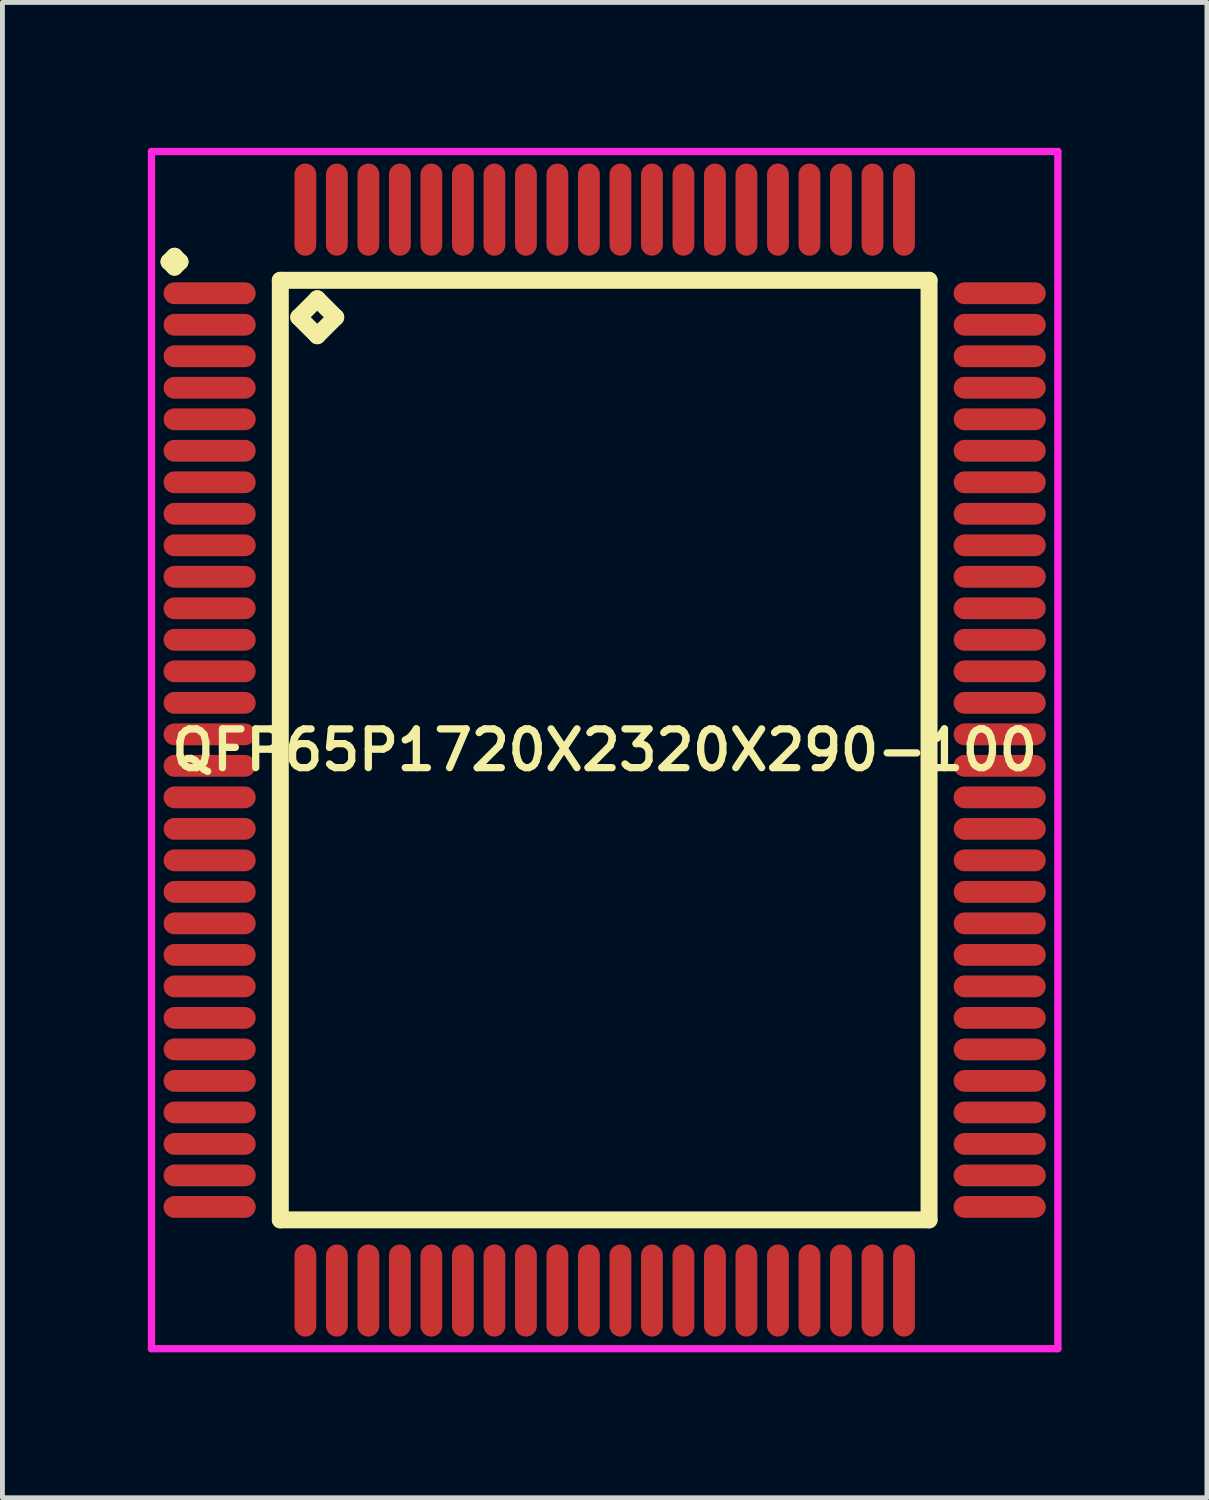
<source format=kicad_pcb>
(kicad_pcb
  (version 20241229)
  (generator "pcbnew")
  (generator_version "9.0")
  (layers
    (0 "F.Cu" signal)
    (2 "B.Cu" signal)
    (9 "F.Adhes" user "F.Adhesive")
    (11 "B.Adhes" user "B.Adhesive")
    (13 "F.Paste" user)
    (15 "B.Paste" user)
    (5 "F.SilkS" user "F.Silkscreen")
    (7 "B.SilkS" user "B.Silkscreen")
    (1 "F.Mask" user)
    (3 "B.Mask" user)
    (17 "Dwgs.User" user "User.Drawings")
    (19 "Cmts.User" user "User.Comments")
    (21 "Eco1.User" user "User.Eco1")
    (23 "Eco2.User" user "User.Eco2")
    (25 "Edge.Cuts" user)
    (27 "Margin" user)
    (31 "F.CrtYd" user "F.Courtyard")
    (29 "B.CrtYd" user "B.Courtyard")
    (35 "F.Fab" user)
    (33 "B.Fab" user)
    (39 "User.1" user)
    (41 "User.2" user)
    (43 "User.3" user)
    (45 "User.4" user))
  (footprint "QFP65P1720X2320X290-100"
    (layer "F.Cu")
    (at 9.425 12.425)
    (property "Reference" "QFP65P1720X2320X290-100" (at 0 0 0) (layer "F.SilkS") (effects (font (size 0.8 0.8) (thickness 0.15))))
    (attr through_hole)
    (fp_line (start -8.988 -10.075) (end -8.875 -10.188) (stroke (width 0.35) (type solid)) (layer "F.SilkS"))
    (fp_line (start -8.875 -10.188) (end -8.762 -10.075) (stroke (width 0.35) (type solid)) (layer "F.SilkS"))
    (fp_line (start -8.875 -9.963) (end -8.988 -10.075) (stroke (width 0.35) (type solid)) (layer "F.SilkS"))
    (fp_line (start -8.762 -10.075) (end -8.875 -9.963) (stroke (width 0.35) (type solid)) (layer "F.SilkS"))
    (fp_line (start -6.692 -9.692) (end -6.692 9.692) (stroke (width 0.35) (type solid)) (layer "F.SilkS"))
    (fp_line (start -6.692 9.692) (end 6.692 9.692) (stroke (width 0.35) (type solid)) (layer "F.SilkS"))
    (fp_line (start -6.311 -8.93) (end -5.93 -9.311) (stroke (width 0.35) (type solid)) (layer "F.SilkS"))
    (fp_line (start -5.93 -9.311) (end -5.549 -8.93) (stroke (width 0.35) (type solid)) (layer "F.SilkS"))
    (fp_line (start -5.93 -8.549) (end -6.311 -8.93) (stroke (width 0.35) (type solid)) (layer "F.SilkS"))
    (fp_line (start -5.549 -8.93) (end -5.93 -8.549) (stroke (width 0.35) (type solid)) (layer "F.SilkS"))
    (fp_line (start 6.692 -9.692) (end -6.692 -9.692) (stroke (width 0.35) (type solid)) (layer "F.SilkS"))
    (fp_line (start 6.692 9.692) (end 6.692 -9.692) (stroke (width 0.35) (type solid)) (layer "F.SilkS"))
    (fp_line (start -9.35 -12.35) (end 9.35 -12.35) (stroke (width 0.15) (type solid)) (layer "F.CrtYd"))
    (fp_line (start -9.35 12.35) (end -9.35 -12.35) (stroke (width 0.15) (type solid)) (layer "F.CrtYd"))
    (fp_line (start 9.35 -12.35) (end 9.35 12.35) (stroke (width 0.15) (type solid)) (layer "F.CrtYd"))
    (fp_line (start 9.35 12.35) (end -9.35 12.35) (stroke (width 0.15) (type solid)) (layer "F.CrtYd"))
    (pad "1" smd oval (at -8.15 -9.425) (size 1.9 0.45) (layers "F.Cu" "F.Mask" "F.Paste"))
    (pad "2" smd oval (at -8.15 -8.775) (size 1.9 0.45) (layers "F.Cu" "F.Mask" "F.Paste"))
    (pad "3" smd oval (at -8.15 -8.125) (size 1.9 0.45) (layers "F.Cu" "F.Mask" "F.Paste"))
    (pad "4" smd oval (at -8.15 -7.475) (size 1.9 0.45) (layers "F.Cu" "F.Mask" "F.Paste"))
    (pad "5" smd oval (at -8.15 -6.825) (size 1.9 0.45) (layers "F.Cu" "F.Mask" "F.Paste"))
    (pad "6" smd oval (at -8.15 -6.175) (size 1.9 0.45) (layers "F.Cu" "F.Mask" "F.Paste"))
    (pad "7" smd oval (at -8.15 -5.525) (size 1.9 0.45) (layers "F.Cu" "F.Mask" "F.Paste"))
    (pad "8" smd oval (at -8.15 -4.875) (size 1.9 0.45) (layers "F.Cu" "F.Mask" "F.Paste"))
    (pad "9" smd oval (at -8.15 -4.225) (size 1.9 0.45) (layers "F.Cu" "F.Mask" "F.Paste"))
    (pad "10" smd oval (at -8.15 -3.575) (size 1.9 0.45) (layers "F.Cu" "F.Mask" "F.Paste"))
    (pad "11" smd oval (at -8.15 -2.925) (size 1.9 0.45) (layers "F.Cu" "F.Mask" "F.Paste"))
    (pad "12" smd oval (at -8.15 -2.275) (size 1.9 0.45) (layers "F.Cu" "F.Mask" "F.Paste"))
    (pad "13" smd oval (at -8.15 -1.625) (size 1.9 0.45) (layers "F.Cu" "F.Mask" "F.Paste"))
    (pad "14" smd oval (at -8.15 -0.975) (size 1.9 0.45) (layers "F.Cu" "F.Mask" "F.Paste"))
    (pad "15" smd oval (at -8.15 -0.325) (size 1.9 0.45) (layers "F.Cu" "F.Mask" "F.Paste"))
    (pad "16" smd oval (at -8.15 0.325) (size 1.9 0.45) (layers "F.Cu" "F.Mask" "F.Paste"))
    (pad "17" smd oval (at -8.15 0.975) (size 1.9 0.45) (layers "F.Cu" "F.Mask" "F.Paste"))
    (pad "18" smd oval (at -8.15 1.625) (size 1.9 0.45) (layers "F.Cu" "F.Mask" "F.Paste"))
    (pad "19" smd oval (at -8.15 2.275) (size 1.9 0.45) (layers "F.Cu" "F.Mask" "F.Paste"))
    (pad "20" smd oval (at -8.15 2.925) (size 1.9 0.45) (layers "F.Cu" "F.Mask" "F.Paste"))
    (pad "21" smd oval (at -8.15 3.575) (size 1.9 0.45) (layers "F.Cu" "F.Mask" "F.Paste"))
    (pad "22" smd oval (at -8.15 4.225) (size 1.9 0.45) (layers "F.Cu" "F.Mask" "F.Paste"))
    (pad "23" smd oval (at -8.15 4.875) (size 1.9 0.45) (layers "F.Cu" "F.Mask" "F.Paste"))
    (pad "24" smd oval (at -8.15 5.525) (size 1.9 0.45) (layers "F.Cu" "F.Mask" "F.Paste"))
    (pad "25" smd oval (at -8.15 6.175) (size 1.9 0.45) (layers "F.Cu" "F.Mask" "F.Paste"))
    (pad "26" smd oval (at -8.15 6.825) (size 1.9 0.45) (layers "F.Cu" "F.Mask" "F.Paste"))
    (pad "27" smd oval (at -8.15 7.475) (size 1.9 0.45) (layers "F.Cu" "F.Mask" "F.Paste"))
    (pad "28" smd oval (at -8.15 8.125) (size 1.9 0.45) (layers "F.Cu" "F.Mask" "F.Paste"))
    (pad "29" smd oval (at -8.15 8.775) (size 1.9 0.45) (layers "F.Cu" "F.Mask" "F.Paste"))
    (pad "30" smd oval (at -8.15 9.425) (size 1.9 0.45) (layers "F.Cu" "F.Mask" "F.Paste"))
    (pad "31" smd oval (at -6.175 11.15) (size 0.45 1.9) (layers "F.Cu" "F.Mask" "F.Paste"))
    (pad "32" smd oval (at -5.525 11.15) (size 0.45 1.9) (layers "F.Cu" "F.Mask" "F.Paste"))
    (pad "33" smd oval (at -4.875 11.15) (size 0.45 1.9) (layers "F.Cu" "F.Mask" "F.Paste"))
    (pad "34" smd oval (at -4.225 11.15) (size 0.45 1.9) (layers "F.Cu" "F.Mask" "F.Paste"))
    (pad "35" smd oval (at -3.575 11.15) (size 0.45 1.9) (layers "F.Cu" "F.Mask" "F.Paste"))
    (pad "36" smd oval (at -2.925 11.15) (size 0.45 1.9) (layers "F.Cu" "F.Mask" "F.Paste"))
    (pad "37" smd oval (at -2.275 11.15) (size 0.45 1.9) (layers "F.Cu" "F.Mask" "F.Paste"))
    (pad "38" smd oval (at -1.625 11.15) (size 0.45 1.9) (layers "F.Cu" "F.Mask" "F.Paste"))
    (pad "39" smd oval (at -0.975 11.15) (size 0.45 1.9) (layers "F.Cu" "F.Mask" "F.Paste"))
    (pad "40" smd oval (at -0.325 11.15) (size 0.45 1.9) (layers "F.Cu" "F.Mask" "F.Paste"))
    (pad "41" smd oval (at 0.325 11.15) (size 0.45 1.9) (layers "F.Cu" "F.Mask" "F.Paste"))
    (pad "42" smd oval (at 0.975 11.15) (size 0.45 1.9) (layers "F.Cu" "F.Mask" "F.Paste"))
    (pad "43" smd oval (at 1.625 11.15) (size 0.45 1.9) (layers "F.Cu" "F.Mask" "F.Paste"))
    (pad "44" smd oval (at 2.275 11.15) (size 0.45 1.9) (layers "F.Cu" "F.Mask" "F.Paste"))
    (pad "45" smd oval (at 2.925 11.15) (size 0.45 1.9) (layers "F.Cu" "F.Mask" "F.Paste"))
    (pad "46" smd oval (at 3.575 11.15) (size 0.45 1.9) (layers "F.Cu" "F.Mask" "F.Paste"))
    (pad "47" smd oval (at 4.225 11.15) (size 0.45 1.9) (layers "F.Cu" "F.Mask" "F.Paste"))
    (pad "48" smd oval (at 4.875 11.15) (size 0.45 1.9) (layers "F.Cu" "F.Mask" "F.Paste"))
    (pad "49" smd oval (at 5.525 11.15) (size 0.45 1.9) (layers "F.Cu" "F.Mask" "F.Paste"))
    (pad "50" smd oval (at 6.175 11.15) (size 0.45 1.9) (layers "F.Cu" "F.Mask" "F.Paste"))
    (pad "51" smd oval (at 8.15 9.425) (size 1.9 0.45) (layers "F.Cu" "F.Mask" "F.Paste"))
    (pad "52" smd oval (at 8.15 8.775) (size 1.9 0.45) (layers "F.Cu" "F.Mask" "F.Paste"))
    (pad "53" smd oval (at 8.15 8.125) (size 1.9 0.45) (layers "F.Cu" "F.Mask" "F.Paste"))
    (pad "54" smd oval (at 8.15 7.475) (size 1.9 0.45) (layers "F.Cu" "F.Mask" "F.Paste"))
    (pad "55" smd oval (at 8.15 6.825) (size 1.9 0.45) (layers "F.Cu" "F.Mask" "F.Paste"))
    (pad "56" smd oval (at 8.15 6.175) (size 1.9 0.45) (layers "F.Cu" "F.Mask" "F.Paste"))
    (pad "57" smd oval (at 8.15 5.525) (size 1.9 0.45) (layers "F.Cu" "F.Mask" "F.Paste"))
    (pad "58" smd oval (at 8.15 4.875) (size 1.9 0.45) (layers "F.Cu" "F.Mask" "F.Paste"))
    (pad "59" smd oval (at 8.15 4.225) (size 1.9 0.45) (layers "F.Cu" "F.Mask" "F.Paste"))
    (pad "60" smd oval (at 8.15 3.575) (size 1.9 0.45) (layers "F.Cu" "F.Mask" "F.Paste"))
    (pad "61" smd oval (at 8.15 2.925) (size 1.9 0.45) (layers "F.Cu" "F.Mask" "F.Paste"))
    (pad "62" smd oval (at 8.15 2.275) (size 1.9 0.45) (layers "F.Cu" "F.Mask" "F.Paste"))
    (pad "63" smd oval (at 8.15 1.625) (size 1.9 0.45) (layers "F.Cu" "F.Mask" "F.Paste"))
    (pad "64" smd oval (at 8.15 0.975) (size 1.9 0.45) (layers "F.Cu" "F.Mask" "F.Paste"))
    (pad "65" smd oval (at 8.15 0.325) (size 1.9 0.45) (layers "F.Cu" "F.Mask" "F.Paste"))
    (pad "66" smd oval (at 8.15 -0.325) (size 1.9 0.45) (layers "F.Cu" "F.Mask" "F.Paste"))
    (pad "67" smd oval (at 8.15 -0.975) (size 1.9 0.45) (layers "F.Cu" "F.Mask" "F.Paste"))
    (pad "68" smd oval (at 8.15 -1.625) (size 1.9 0.45) (layers "F.Cu" "F.Mask" "F.Paste"))
    (pad "69" smd oval (at 8.15 -2.275) (size 1.9 0.45) (layers "F.Cu" "F.Mask" "F.Paste"))
    (pad "70" smd oval (at 8.15 -2.925) (size 1.9 0.45) (layers "F.Cu" "F.Mask" "F.Paste"))
    (pad "71" smd oval (at 8.15 -3.575) (size 1.9 0.45) (layers "F.Cu" "F.Mask" "F.Paste"))
    (pad "72" smd oval (at 8.15 -4.225) (size 1.9 0.45) (layers "F.Cu" "F.Mask" "F.Paste"))
    (pad "73" smd oval (at 8.15 -4.875) (size 1.9 0.45) (layers "F.Cu" "F.Mask" "F.Paste"))
    (pad "74" smd oval (at 8.15 -5.525) (size 1.9 0.45) (layers "F.Cu" "F.Mask" "F.Paste"))
    (pad "75" smd oval (at 8.15 -6.175) (size 1.9 0.45) (layers "F.Cu" "F.Mask" "F.Paste"))
    (pad "76" smd oval (at 8.15 -6.825) (size 1.9 0.45) (layers "F.Cu" "F.Mask" "F.Paste"))
    (pad "77" smd oval (at 8.15 -7.475) (size 1.9 0.45) (layers "F.Cu" "F.Mask" "F.Paste"))
    (pad "78" smd oval (at 8.15 -8.125) (size 1.9 0.45) (layers "F.Cu" "F.Mask" "F.Paste"))
    (pad "79" smd oval (at 8.15 -8.775) (size 1.9 0.45) (layers "F.Cu" "F.Mask" "F.Paste"))
    (pad "80" smd oval (at 8.15 -9.425) (size 1.9 0.45) (layers "F.Cu" "F.Mask" "F.Paste"))
    (pad "81" smd oval (at 6.175 -11.15) (size 0.45 1.9) (layers "F.Cu" "F.Mask" "F.Paste"))
    (pad "82" smd oval (at 5.525 -11.15) (size 0.45 1.9) (layers "F.Cu" "F.Mask" "F.Paste"))
    (pad "83" smd oval (at 4.875 -11.15) (size 0.45 1.9) (layers "F.Cu" "F.Mask" "F.Paste"))
    (pad "84" smd oval (at 4.225 -11.15) (size 0.45 1.9) (layers "F.Cu" "F.Mask" "F.Paste"))
    (pad "85" smd oval (at 3.575 -11.15) (size 0.45 1.9) (layers "F.Cu" "F.Mask" "F.Paste"))
    (pad "86" smd oval (at 2.925 -11.15) (size 0.45 1.9) (layers "F.Cu" "F.Mask" "F.Paste"))
    (pad "87" smd oval (at 2.275 -11.15) (size 0.45 1.9) (layers "F.Cu" "F.Mask" "F.Paste"))
    (pad "88" smd oval (at 1.625 -11.15) (size 0.45 1.9) (layers "F.Cu" "F.Mask" "F.Paste"))
    (pad "89" smd oval (at 0.975 -11.15) (size 0.45 1.9) (layers "F.Cu" "F.Mask" "F.Paste"))
    (pad "90" smd oval (at 0.325 -11.15) (size 0.45 1.9) (layers "F.Cu" "F.Mask" "F.Paste"))
    (pad "91" smd oval (at -0.325 -11.15) (size 0.45 1.9) (layers "F.Cu" "F.Mask" "F.Paste"))
    (pad "92" smd oval (at -0.975 -11.15) (size 0.45 1.9) (layers "F.Cu" "F.Mask" "F.Paste"))
    (pad "93" smd oval (at -1.625 -11.15) (size 0.45 1.9) (layers "F.Cu" "F.Mask" "F.Paste"))
    (pad "94" smd oval (at -2.275 -11.15) (size 0.45 1.9) (layers "F.Cu" "F.Mask" "F.Paste"))
    (pad "95" smd oval (at -2.925 -11.15) (size 0.45 1.9) (layers "F.Cu" "F.Mask" "F.Paste"))
    (pad "96" smd oval (at -3.575 -11.15) (size 0.45 1.9) (layers "F.Cu" "F.Mask" "F.Paste"))
    (pad "97" smd oval (at -4.225 -11.15) (size 0.45 1.9) (layers "F.Cu" "F.Mask" "F.Paste"))
    (pad "98" smd oval (at -4.875 -11.15) (size 0.45 1.9) (layers "F.Cu" "F.Mask" "F.Paste"))
    (pad "99" smd oval (at -5.525 -11.15) (size 0.45 1.9) (layers "F.Cu" "F.Mask" "F.Paste"))
    (pad "100" smd oval (at -6.175 -11.15) (size 0.45 1.9) (layers "F.Cu" "F.Mask" "F.Paste")))
  (gr_rect
    (start -3 -3)
    (end 21.85 27.85)
    (stroke (width 0.1) (type default))
    (fill no)
    (layer "Edge.Cuts")))
</source>
